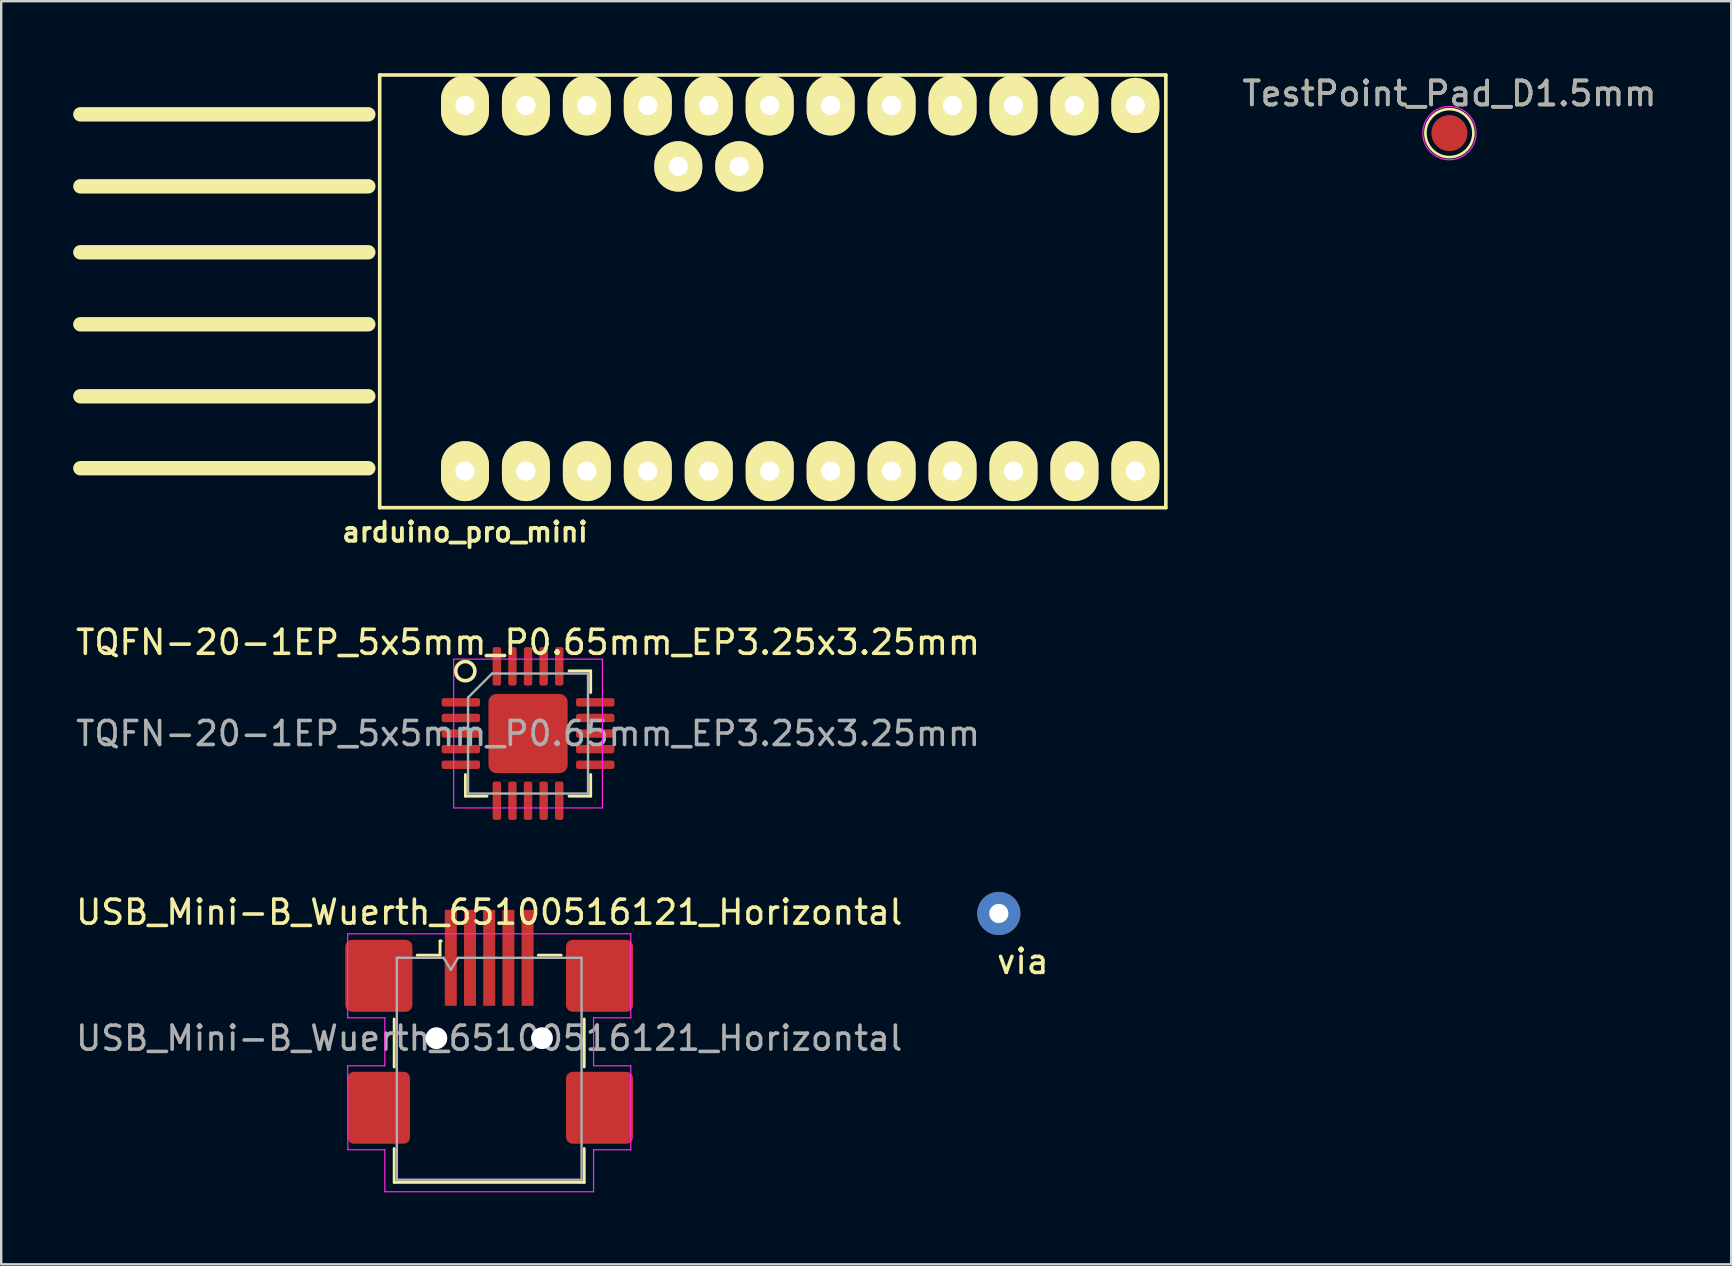
<source format=kicad_pcb>
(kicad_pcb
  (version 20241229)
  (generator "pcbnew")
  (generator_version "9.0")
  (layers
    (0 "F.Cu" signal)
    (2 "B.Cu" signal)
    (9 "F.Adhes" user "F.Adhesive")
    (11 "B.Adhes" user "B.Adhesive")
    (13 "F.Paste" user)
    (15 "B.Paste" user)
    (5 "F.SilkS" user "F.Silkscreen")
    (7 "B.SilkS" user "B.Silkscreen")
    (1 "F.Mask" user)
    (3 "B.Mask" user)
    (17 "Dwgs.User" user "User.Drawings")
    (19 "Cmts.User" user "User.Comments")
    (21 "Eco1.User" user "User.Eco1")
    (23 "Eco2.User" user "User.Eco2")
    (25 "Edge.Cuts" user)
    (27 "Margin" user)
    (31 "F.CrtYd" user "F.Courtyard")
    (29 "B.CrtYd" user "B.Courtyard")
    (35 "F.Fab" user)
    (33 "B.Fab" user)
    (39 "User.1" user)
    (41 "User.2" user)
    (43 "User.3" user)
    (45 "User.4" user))
  (footprint "via"
    (layer "F.Cu")
    (at 38.579 35.022)
    (property "Reference" "via" (at 1 2 0) (layer "F.SilkS") (effects (font (size 1 1) (thickness 0.15))))
    (attr through_hole)
    (pad "1" thru_hole circle (at 0 0) (size 1.8 1.8) (drill 0.8) (layers "*.Cu" "*.Mask")))
  (footprint "USB_Mini-B_Wuerth_65100516121_Horizontal"
    (layer "F.Cu")
    (at 17.339 40.22)
    (property "Reference" "USB_Mini-B_Wuerth_65100516121_Horizontal" (at 0 -5.25 0) (layer "F.SilkS") (effects (font (size 1 1) (thickness 0.15))))
    (attr smd)
    (fp_line (start -3.96 1.2) (end -3.96 -0.8) (stroke (width 0.12) (type solid)) (layer "F.SilkS"))
    (fp_line (start -3.96 4.6) (end -3.96 6.01) (stroke (width 0.12) (type solid)) (layer "F.SilkS"))
    (fp_line (start -3.96 6.01) (end 3.96 6.01) (stroke (width 0.12) (type solid)) (layer "F.SilkS"))
    (fp_line (start -3 -3.46) (end -2.05 -3.46) (stroke (width 0.12) (type solid)) (layer "F.SilkS"))
    (fp_line (start -2.05 -4.05) (end -2 -4.05) (stroke (width 0.12) (type solid)) (layer "F.SilkS"))
    (fp_line (start -2.05 -3.46) (end -2.05 -4.05) (stroke (width 0.12) (type solid)) (layer "F.SilkS"))
    (fp_line (start 2.05 -3.46) (end 3 -3.46) (stroke (width 0.12) (type solid)) (layer "F.SilkS"))
    (fp_line (start 3.96 -0.8) (end 3.96 1.2) (stroke (width 0.12) (type solid)) (layer "F.SilkS"))
    (fp_line (start 3.96 6.01) (end 3.96 4.6) (stroke (width 0.12) (type solid)) (layer "F.SilkS"))
    (fp_line (start -5.9 -4.35) (end 5.9 -4.35) (stroke (width 0.05) (type solid)) (layer "F.CrtYd"))
    (fp_line (start -5.9 -0.85) (end -5.9 -4.35) (stroke (width 0.05) (type solid)) (layer "F.CrtYd"))
    (fp_line (start -5.9 1.15) (end -4.35 1.15) (stroke (width 0.05) (type solid)) (layer "F.CrtYd"))
    (fp_line (start -5.89 4.65) (end -5.9 1.15) (stroke (width 0.05) (type solid)) (layer "F.CrtYd"))
    (fp_line (start -4.35 -0.85) (end -5.9 -0.85) (stroke (width 0.05) (type solid)) (layer "F.CrtYd"))
    (fp_line (start -4.35 1.15) (end -4.35 -0.85) (stroke (width 0.05) (type solid)) (layer "F.CrtYd"))
    (fp_line (start -4.35 4.65) (end -5.89 4.65) (stroke (width 0.05) (type solid)) (layer "F.CrtYd"))
    (fp_line (start -4.35 6.4) (end -4.35 4.65) (stroke (width 0.05) (type solid)) (layer "F.CrtYd"))
    (fp_line (start 4.35 -0.85) (end 4.35 1.15) (stroke (width 0.05) (type solid)) (layer "F.CrtYd"))
    (fp_line (start 4.35 1.15) (end 5.9 1.15) (stroke (width 0.05) (type solid)) (layer "F.CrtYd"))
    (fp_line (start 4.35 4.65) (end 4.35 6.4) (stroke (width 0.05) (type solid)) (layer "F.CrtYd"))
    (fp_line (start 4.35 6.4) (end -4.35 6.4) (stroke (width 0.05) (type solid)) (layer "F.CrtYd"))
    (fp_line (start 5.9 -4.35) (end 5.9 -0.85) (stroke (width 0.05) (type solid)) (layer "F.CrtYd"))
    (fp_line (start 5.9 -0.85) (end 4.35 -0.85) (stroke (width 0.05) (type solid)) (layer "F.CrtYd"))
    (fp_line (start 5.9 1.15) (end 5.9 4.65) (stroke (width 0.05) (type solid)) (layer "F.CrtYd"))
    (fp_line (start 5.9 4.65) (end 4.35 4.65) (stroke (width 0.05) (type solid)) (layer "F.CrtYd"))
    (fp_line (start -3.85 -3.35) (end -1.9 -3.35) (stroke (width 0.1) (type solid)) (layer "F.Fab"))
    (fp_line (start -3.85 5.9) (end -3.85 -3.35) (stroke (width 0.1) (type solid)) (layer "F.Fab"))
    (fp_line (start -1.9 -3.35) (end -1.6 -2.85) (stroke (width 0.1) (type solid)) (layer "F.Fab"))
    (fp_line (start -1.6 -2.85) (end -1.3 -3.35) (stroke (width 0.1) (type solid)) (layer "F.Fab"))
    (fp_line (start -1.3 -3.35) (end 3.85 -3.35) (stroke (width 0.1) (type solid)) (layer "F.Fab"))
    (fp_line (start 3.85 -3.35) (end 3.85 5.9) (stroke (width 0.1) (type solid)) (layer "F.Fab"))
    (fp_line (start 3.85 5.9) (end -3.85 5.9) (stroke (width 0.1) (type solid)) (layer "F.Fab"))
    (fp_text user "${REFERENCE}" (at 0 0 0) (layer "F.Fab") (effects (font (size 1 1) (thickness 0.15))))
    (pad "" thru_hole circle (at -2.2 0) (size 0.9 0.9) (drill 0.9) (layers "*.Cu" "*.Mask"))
    (pad "" thru_hole circle (at 2.2 0) (size 0.9 0.9) (drill 0.9) (layers "*.Cu" "*.Mask"))
    (pad "D+" smd rect (at 0 -3.35) (size 0.5 4) (layers "F.Cu" "F.Mask" "F.Paste"))
    (pad "D-" smd rect (at -0.8 -3.35) (size 0.5 4) (layers "F.Cu" "F.Mask" "F.Paste"))
    (pad "GND" smd rect (at 1.6 -3.35) (size 0.5 4) (layers "F.Cu" "F.Mask" "F.Paste"))
    (pad "ID" smd rect (at 0.8 -3.35) (size 0.5 4) (layers "F.Cu" "F.Mask" "F.Paste"))
    (pad "S1" smd roundrect (at -4.6 -2.6) (size 2.8 3) (layers "F.Cu" "F.Mask" "F.Paste") (roundrect_rratio 0.1))
    (pad "S2" smd roundrect (at -4.6 2.9) (size 2.6 3) (layers "F.Cu" "F.Mask" "F.Paste") (roundrect_rratio 0.1))
    (pad "S3" smd roundrect (at 4.6 -2.6) (size 2.8 3) (layers "F.Cu" "F.Mask" "F.Paste") (roundrect_rratio 0.1))
    (pad "S4" smd roundrect (at 4.6 2.9) (size 2.8 3) (layers "F.Cu" "F.Mask" "F.Paste") (roundrect_rratio 0.1))
    (pad "VBUS" smd rect (at -1.6 -3.35) (size 0.5 4) (layers "F.Cu" "F.Mask" "F.Paste")))
  (footprint "TestPoint_Pad_D1.5mm"
    (layer "F.Cu")
    (at 57.359 2.498)
    (property "Reference" "TestPoint_Pad_D1.5mm" (at 0 -1.648 0) (layer "F.SilkS") (effects (font (size 1 1) (thickness 0.15))))
    (attr exclude_from_pos_files exclude_from_bom)
    (fp_circle (center 0 0) (end 1 0) (stroke (width 0.11) (type solid)) (fill no) (layer "F.SilkS"))
    (fp_circle (center 0 0) (end 1.11 0) (stroke (width 0.05) (type solid)) (fill no) (layer "F.CrtYd"))
    (fp_text user "${REFERENCE}" (at 0 -1.65 0) (layer "F.Fab") (effects (font (size 1 1) (thickness 0.15))))
    (pad "1" smd circle (at 0 0) (size 1.5 1.5) (layers "F.Cu" "F.Mask")))
  (footprint "TQFN-20-1EP_5x5mm_P0.65mm_EP3.25x3.25mm"
    (layer "F.Cu")
    (at 18.958 27.522)
    (property "Reference" "TQFN-20-1EP_5x5mm_P0.65mm_EP3.25x3.25mm" (at 0 -3.8 180) (layer "F.SilkS") (effects (font (size 1 1) (thickness 0.15))))
    (attr smd)
    (fp_line (start -2.61 2.61) (end -2.61 1.71) (stroke (width 0.12) (type solid)) (layer "F.SilkS"))
    (fp_line (start -1.71 2.61) (end -2.61 2.61) (stroke (width 0.12) (type solid)) (layer "F.SilkS"))
    (fp_line (start 1.71 -2.61) (end 2.61 -2.61) (stroke (width 0.12) (type solid)) (layer "F.SilkS"))
    (fp_line (start 1.71 2.61) (end 2.61 2.61) (stroke (width 0.12) (type solid)) (layer "F.SilkS"))
    (fp_line (start 2.61 -2.61) (end 2.61 -1.71) (stroke (width 0.12) (type solid)) (layer "F.SilkS"))
    (fp_line (start 2.61 2.61) (end 2.61 1.71) (stroke (width 0.12) (type solid)) (layer "F.SilkS"))
    (fp_circle (center -2.616 -2.6) (end -2.216 -2.6) (stroke (width 0.15) (type solid)) (fill no) (layer "F.SilkS"))
    (fp_line (start -3.1 -3.1) (end -3.1 3.1) (stroke (width 0.05) (type solid)) (layer "F.CrtYd"))
    (fp_line (start -3.1 3.1) (end 3.1 3.1) (stroke (width 0.05) (type solid)) (layer "F.CrtYd"))
    (fp_line (start 3.1 -3.1) (end -3.1 -3.1) (stroke (width 0.05) (type solid)) (layer "F.CrtYd"))
    (fp_line (start 3.1 3.1) (end 3.1 -3.1) (stroke (width 0.05) (type solid)) (layer "F.CrtYd"))
    (fp_line (start -2.5 -1.5) (end -1.5 -2.5) (stroke (width 0.1) (type solid)) (layer "F.Fab"))
    (fp_line (start -2.5 2.5) (end -2.5 -1.5) (stroke (width 0.1) (type solid)) (layer "F.Fab"))
    (fp_line (start -1.5 -2.5) (end 2.5 -2.5) (stroke (width 0.1) (type solid)) (layer "F.Fab"))
    (fp_line (start 2.5 -2.5) (end 2.5 2.5) (stroke (width 0.1) (type solid)) (layer "F.Fab"))
    (fp_line (start 2.5 2.5) (end -2.5 2.5) (stroke (width 0.1) (type solid)) (layer "F.Fab"))
    (fp_text user "${REFERENCE}" (at 0 0 180) (layer "F.Fab") (effects (font (size 1 1) (thickness 0.15))))
    (pad "" smd roundrect (at -0.81 -0.81) (size 1.31 1.31) (layers "F.Paste") (roundrect_rratio 0.191))
    (pad "" smd roundrect (at -0.81 0.81) (size 1.31 1.31) (layers "F.Paste") (roundrect_rratio 0.191))
    (pad "" smd roundrect (at 0.81 -0.81) (size 1.31 1.31) (layers "F.Paste") (roundrect_rratio 0.191))
    (pad "" smd roundrect (at 0.81 0.81) (size 1.31 1.31) (layers "F.Paste") (roundrect_rratio 0.191))
    (pad "1" smd roundrect (at -2.8 -1.3) (size 1.6 0.35) (layers "F.Cu" "F.Mask" "F.Paste") (roundrect_rratio 0.25))
    (pad "2" smd roundrect (at -2.8 -0.65) (size 1.6 0.35) (layers "F.Cu" "F.Mask" "F.Paste") (roundrect_rratio 0.25))
    (pad "3" smd roundrect (at -2.8 0) (size 1.6 0.35) (layers "F.Cu" "F.Mask" "F.Paste") (roundrect_rratio 0.25))
    (pad "4" smd roundrect (at -2.8 0.65) (size 1.6 0.35) (layers "F.Cu" "F.Mask" "F.Paste") (roundrect_rratio 0.25))
    (pad "5" smd roundrect (at -2.8 1.3) (size 1.6 0.35) (layers "F.Cu" "F.Mask" "F.Paste") (roundrect_rratio 0.25))
    (pad "6" smd roundrect (at -1.3 2.8) (size 0.35 1.6) (layers "F.Cu" "F.Mask" "F.Paste") (roundrect_rratio 0.25))
    (pad "7" smd roundrect (at -0.65 2.8) (size 0.35 1.6) (layers "F.Cu" "F.Mask" "F.Paste") (roundrect_rratio 0.25))
    (pad "8" smd roundrect (at 0 2.8) (size 0.35 1.6) (layers "F.Cu" "F.Mask" "F.Paste") (roundrect_rratio 0.25))
    (pad "9" smd roundrect (at 0.65 2.8) (size 0.35 1.6) (layers "F.Cu" "F.Mask" "F.Paste") (roundrect_rratio 0.25))
    (pad "10" smd roundrect (at 1.3 2.8) (size 0.35 1.6) (layers "F.Cu" "F.Mask" "F.Paste") (roundrect_rratio 0.25))
    (pad "11" smd roundrect (at 2.8 1.3) (size 1.6 0.35) (layers "F.Cu" "F.Mask" "F.Paste") (roundrect_rratio 0.25))
    (pad "12" smd roundrect (at 2.8 0.65) (size 1.6 0.35) (layers "F.Cu" "F.Mask" "F.Paste") (roundrect_rratio 0.25))
    (pad "13" smd roundrect (at 2.8 0) (size 1.6 0.35) (layers "F.Cu" "F.Mask" "F.Paste") (roundrect_rratio 0.25))
    (pad "14" smd roundrect (at 2.8 -0.65) (size 1.6 0.35) (layers "F.Cu" "F.Mask" "F.Paste") (roundrect_rratio 0.25))
    (pad "15" smd roundrect (at 2.8 -1.3) (size 1.6 0.35) (layers "F.Cu" "F.Mask" "F.Paste") (roundrect_rratio 0.25))
    (pad "16" smd roundrect (at 1.3 -2.8) (size 0.35 1.6) (layers "F.Cu" "F.Mask" "F.Paste") (roundrect_rratio 0.25))
    (pad "17" smd roundrect (at 0.65 -2.8) (size 0.35 1.6) (layers "F.Cu" "F.Mask" "F.Paste") (roundrect_rratio 0.25))
    (pad "18" smd roundrect (at 0 -2.8) (size 0.35 1.6) (layers "F.Cu" "F.Mask" "F.Paste") (roundrect_rratio 0.25))
    (pad "19" smd roundrect (at -0.65 -2.8) (size 0.35 1.6) (layers "F.Cu" "F.Mask" "F.Paste") (roundrect_rratio 0.25))
    (pad "20" smd roundrect (at -1.3 -2.8) (size 0.35 1.6) (layers "F.Cu" "F.Mask" "F.Paste") (roundrect_rratio 0.25))
    (pad "21" smd roundrect (at 0 0) (size 3.3 3.3) (layers "F.Cu" "F.Mask") (roundrect_rratio 0.1)))
  (footprint "arduino_pro_mini"
    (layer "F.Cu")
    (at 30.3 8.965)
    (property "Reference" "arduino_pro_mini" (at -13.97 10.16 180) (layer "F.SilkS") (effects (font (size 0.8 0.8) (thickness 0.16))))
    (attr through_hole)
    (fp_line (start -18 -7.25) (end -30 -7.25) (stroke (width 0.6) (type solid)) (layer "F.SilkS"))
    (fp_line (start -18 -4.25) (end -30 -4.25) (stroke (width 0.6) (type solid)) (layer "F.SilkS"))
    (fp_line (start -18 -1.5) (end -30 -1.5) (stroke (width 0.6) (type solid)) (layer "F.SilkS"))
    (fp_line (start -18 1.5) (end -30 1.5) (stroke (width 0.6) (type solid)) (layer "F.SilkS"))
    (fp_line (start -18 4.5) (end -30 4.5) (stroke (width 0.6) (type solid)) (layer "F.SilkS"))
    (fp_line (start -18 7.5) (end -30 7.5) (stroke (width 0.6) (type solid)) (layer "F.SilkS"))
    (fp_line (start -17.526 -8.89) (end -17.526 9.144) (stroke (width 0.15) (type solid)) (layer "F.SilkS"))
    (fp_line (start -17.526 -8.89) (end 15.24 -8.89) (stroke (width 0.15) (type solid)) (layer "F.SilkS"))
    (fp_line (start 15.24 9.144) (end -17.526 9.144) (stroke (width 0.15) (type solid)) (layer "F.SilkS"))
    (fp_line (start 15.24 9.144) (end 15.24 -8.89) (stroke (width 0.15) (type solid)) (layer "F.SilkS"))
    (pad "2" thru_hole oval (at -3.81 7.62) (size 2 2.5) (drill 0.8) (layers "*.Cu" "*.Mask" "F.SilkS"))
    (pad "3" thru_hole oval (at -1.27 7.62) (size 2 2.5) (drill 0.8) (layers "*.Cu" "*.Mask" "F.SilkS"))
    (pad "4" thru_hole oval (at 1.27 7.62) (size 2 2.5) (drill 0.8) (layers "*.Cu" "*.Mask" "F.SilkS"))
    (pad "5" thru_hole oval (at 3.81 7.62) (size 2 2.5) (drill 0.8) (layers "*.Cu" "*.Mask" "F.SilkS"))
    (pad "6" thru_hole oval (at 6.35 7.62) (size 2 2.5) (drill 0.8) (layers "*.Cu" "*.Mask" "F.SilkS"))
    (pad "7" thru_hole oval (at 8.89 7.62) (size 2 2.5) (drill 0.8) (layers "*.Cu" "*.Mask" "F.SilkS"))
    (pad "8" thru_hole oval (at 11.43 7.62) (size 2 2.5) (drill 0.8) (layers "*.Cu" "*.Mask" "F.SilkS"))
    (pad "9" thru_hole oval (at 13.97 7.62) (size 2 2.5) (drill 0.8) (layers "*.Cu" "*.Mask" "F.SilkS"))
    (pad "10" thru_hole oval (at 13.97 -7.62) (size 2 2.3) (drill 0.8) (layers "*.Cu" "*.Mask" "F.SilkS"))
    (pad "11" thru_hole oval (at 11.43 -7.62) (size 2 2.5) (drill 0.8) (layers "*.Cu" "*.Mask" "F.SilkS"))
    (pad "12" thru_hole oval (at 8.89 -7.62) (size 2 2.5) (drill 0.8) (layers "*.Cu" "*.Mask" "F.SilkS"))
    (pad "13" thru_hole oval (at 6.35 -7.62) (size 2 2.5) (drill 0.8) (layers "*.Cu" "*.Mask" "F.SilkS"))
    (pad "A0" thru_hole oval (at 3.81 -7.62) (size 2 2.5) (drill 0.8) (layers "*.Cu" "*.Mask" "F.SilkS"))
    (pad "A1" thru_hole oval (at 1.27 -7.62) (size 2 2.5) (drill 0.8) (layers "*.Cu" "*.Mask" "F.SilkS"))
    (pad "A2" thru_hole oval (at -1.27 -7.62) (size 2 2.5) (drill 0.8) (layers "*.Cu" "*.Mask" "F.SilkS"))
    (pad "A3" thru_hole oval (at -3.81 -7.62) (size 2 2.5) (drill 0.8) (layers "*.Cu" "*.Mask" "F.SilkS"))
    (pad "A4" thru_hole oval (at -2.54 -5.08) (size 2 2.1) (drill 0.8) (layers "*.Cu" "*.Mask" "F.SilkS"))
    (pad "A5" thru_hole oval (at -5.08 -5.08) (size 2 2.1) (drill 0.8) (layers "*.Cu" "*.Mask" "F.SilkS"))
    (pad "GND" thru_hole oval (at -11.43 -7.62) (size 2 2.5) (drill 0.8) (layers "*.Cu" "*.Mask" "F.SilkS"))
    (pad "GND" thru_hole oval (at -6.35 7.62) (size 2 2.5) (drill 0.8) (layers "*.Cu" "*.Mask" "F.SilkS"))
    (pad "RAW" thru_hole oval (at -13.97 -7.62) (size 2 2.5) (drill 0.8) (layers "*.Cu" "*.Mask" "F.SilkS"))
    (pad "RST" thru_hole oval (at -8.89 -7.62) (size 2 2.5) (drill 0.8) (layers "*.Cu" "*.Mask" "F.SilkS"))
    (pad "RST" thru_hole oval (at -8.89 7.62) (size 2 2.5) (drill 0.8) (layers "*.Cu" "*.Mask" "F.SilkS"))
    (pad "RXI" thru_hole oval (at -11.43 7.62) (size 2 2.5) (drill 0.8) (layers "*.Cu" "*.Mask" "F.SilkS"))
    (pad "TXO" thru_hole oval (at -13.97 7.62) (size 2 2.5) (drill 0.8) (layers "*.Cu" "*.Mask" "F.SilkS"))
    (pad "VCC" thru_hole oval (at -6.35 -7.62) (size 2 2.5) (drill 0.8) (layers "*.Cu" "*.Mask" "F.SilkS")))
  (gr_rect
    (start -3 -3)
    (end 69.103 49.645)
    (stroke (width 0.1) (type default))
    (fill no)
    (layer "Edge.Cuts")))
</source>
